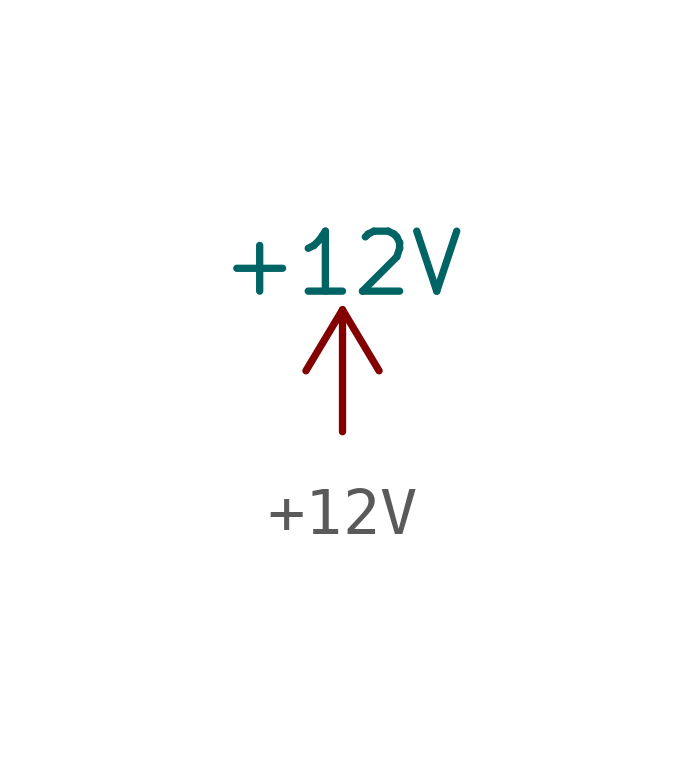
<source format=kicad_sym>
(kicad_symbol_lib
  (version 20231120)
  (generator "kicad_symbol_editor")
  (generator_version "8.0")
  (symbol "+12V"
    (power)
    (pin_numbers hide)
    (pin_names
      (offset 0) hide)
    (property "Reference" "#PWR"
      (at 0 -13 0)
      (effects (font (size 1.25 1.25)) (hide yes)))
    (property "Value" "+12V"
      (at 0 3.5 0)
      (do_not_autoplace)
      (effects (font (size 1.25 1.25))))
    (symbol "+12V_0_1"
      (polyline (pts (xy -0.762 1.27) (xy 0 2.54)) (stroke (width 0) (type default)) (fill (type none)))
      (polyline (pts (xy 0 0) (xy 0 2.54)) (stroke (width 0) (type default)) (fill (type none)))
      (polyline (pts (xy 0 2.54) (xy 0.762 1.27)) (stroke (width 0) (type default)) (fill (type none))))
    (symbol "+12V_1_1"
      (pin power_in line (at 0 0 90) (length 0) hide (name "+12V" (effects (font (size 1.25 1.25)))) (number "1" (effects (font (size 1.25 1.25))))))))
</source>
